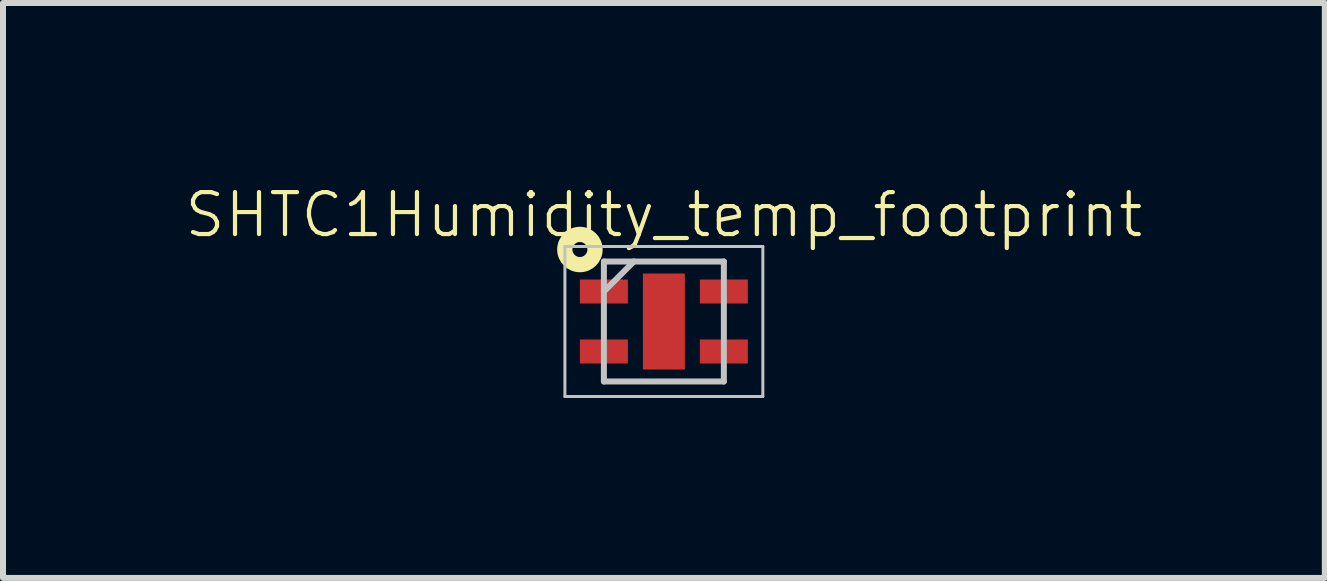
<source format=kicad_pcb>
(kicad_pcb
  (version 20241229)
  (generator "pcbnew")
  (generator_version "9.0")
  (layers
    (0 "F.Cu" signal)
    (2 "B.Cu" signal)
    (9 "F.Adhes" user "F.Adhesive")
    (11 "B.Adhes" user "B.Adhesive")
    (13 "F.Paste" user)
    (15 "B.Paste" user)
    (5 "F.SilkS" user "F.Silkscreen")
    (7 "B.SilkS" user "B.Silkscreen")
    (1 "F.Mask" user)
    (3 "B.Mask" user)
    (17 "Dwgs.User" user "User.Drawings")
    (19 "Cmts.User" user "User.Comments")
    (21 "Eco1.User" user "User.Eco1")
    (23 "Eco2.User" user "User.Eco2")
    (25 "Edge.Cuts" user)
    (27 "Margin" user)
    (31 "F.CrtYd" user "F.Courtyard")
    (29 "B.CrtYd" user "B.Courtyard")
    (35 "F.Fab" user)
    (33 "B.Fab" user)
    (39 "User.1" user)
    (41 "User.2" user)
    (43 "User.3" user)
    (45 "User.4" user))
  (footprint "SHTC1Humidity_temp_footprint"
    (layer "F.Cu")
    (at 8.018 2.31)
    (property "Reference" "SHTC1Humidity_temp_footprint" (at 0 -1.778 0) (layer "F.SilkS") (effects (font (size 0.7 0.7) (thickness 0.07))))
    (attr smd)
    (fp_circle (center -1.4 -1.2) (end -1.275 -1.2) (stroke (width 0.254) (type solid)) (fill no) (layer "F.SilkS"))
    (fp_line (start -1.65 -1.25) (end 1.65 -1.25) (stroke (width 0.05) (type solid)) (layer "Dwgs.User"))
    (fp_line (start -1.65 1.25) (end -1.65 -1.25) (stroke (width 0.05) (type solid)) (layer "Dwgs.User"))
    (fp_line (start -1 -1) (end 1 -1) (stroke (width 0.1) (type solid)) (layer "Dwgs.User"))
    (fp_line (start -1 -0.5) (end -0.5 -1) (stroke (width 0.1) (type solid)) (layer "Dwgs.User"))
    (fp_line (start -1 1) (end -1 -1) (stroke (width 0.1) (type solid)) (layer "Dwgs.User"))
    (fp_line (start 1 -1) (end 1 1) (stroke (width 0.1) (type solid)) (layer "Dwgs.User"))
    (fp_line (start 1 1) (end -1 1) (stroke (width 0.1) (type solid)) (layer "Dwgs.User"))
    (fp_line (start 1.65 -1.25) (end 1.65 1.25) (stroke (width 0.05) (type solid)) (layer "Dwgs.User"))
    (fp_line (start 1.65 1.25) (end -1.65 1.25) (stroke (width 0.05) (type solid)) (layer "Dwgs.User"))
    (pad "1" smd rect (at -1 -0.5 90) (size 0.4 0.8) (layers "F.Cu" "F.Mask" "F.Paste"))
    (pad "2" smd rect (at -1 0.5 90) (size 0.4 0.8) (layers "F.Cu" "F.Mask" "F.Paste"))
    (pad "3" smd rect (at 1 0.5 90) (size 0.4 0.8) (layers "F.Cu" "F.Mask" "F.Paste"))
    (pad "4" smd rect (at 1 -0.5 90) (size 0.4 0.8) (layers "F.Cu" "F.Mask" "F.Paste"))
    (pad "5" smd rect (at 0 0) (size 0.7 1.6) (layers "F.Cu" "F.Mask" "F.Paste")))
  (gr_rect
    (start -3 -3)
    (end 19.037 6.585)
    (stroke (width 0.1) (type default))
    (fill no)
    (layer "Edge.Cuts")))
</source>
